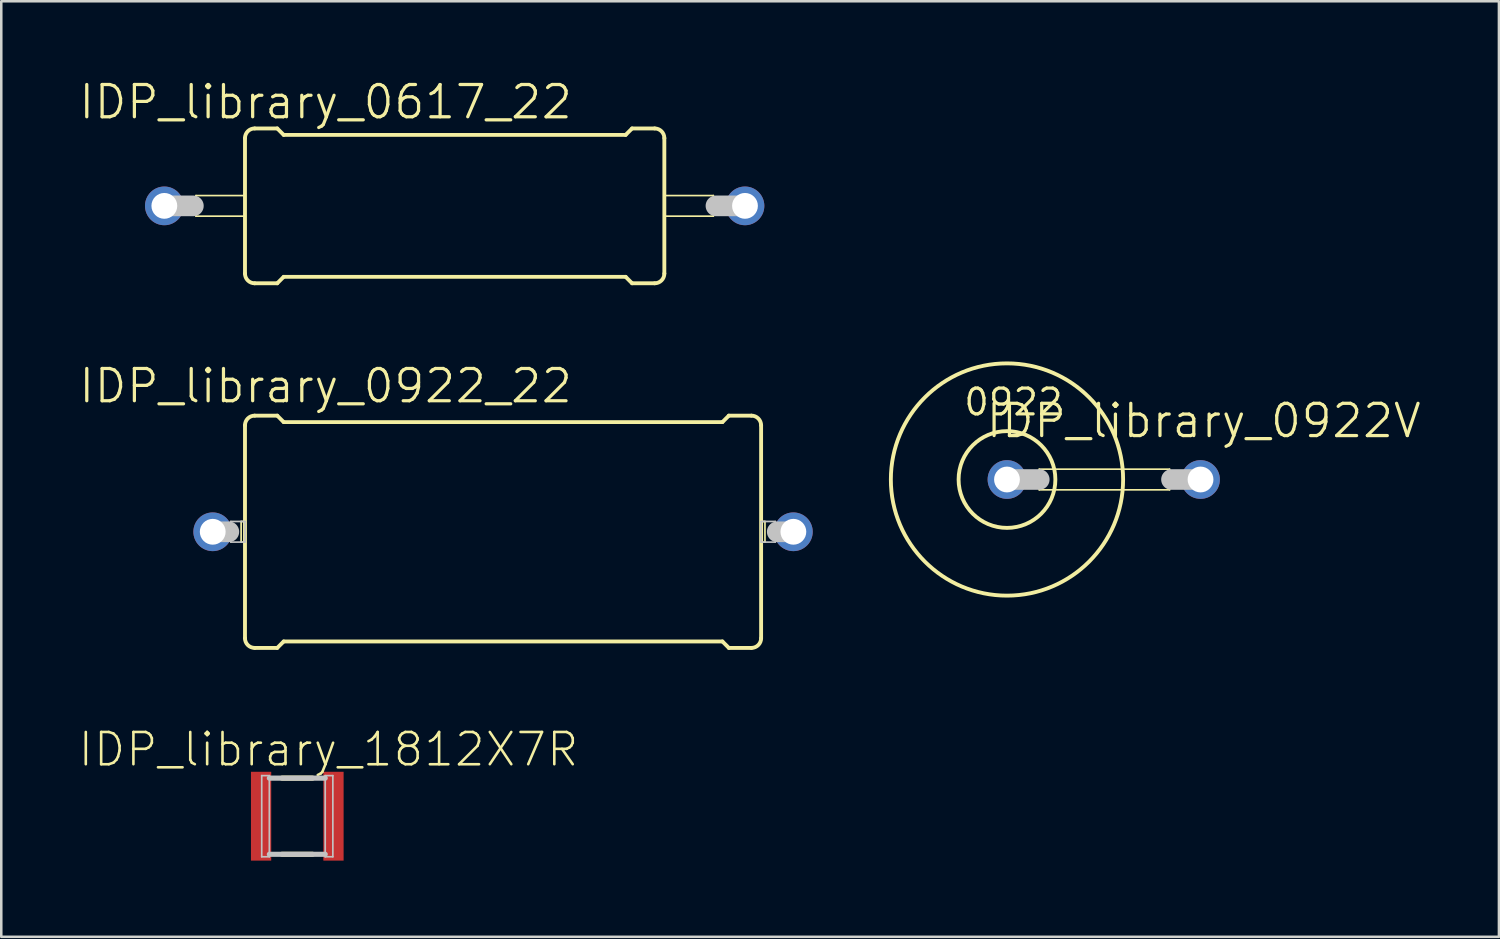
<source format=kicad_pcb>
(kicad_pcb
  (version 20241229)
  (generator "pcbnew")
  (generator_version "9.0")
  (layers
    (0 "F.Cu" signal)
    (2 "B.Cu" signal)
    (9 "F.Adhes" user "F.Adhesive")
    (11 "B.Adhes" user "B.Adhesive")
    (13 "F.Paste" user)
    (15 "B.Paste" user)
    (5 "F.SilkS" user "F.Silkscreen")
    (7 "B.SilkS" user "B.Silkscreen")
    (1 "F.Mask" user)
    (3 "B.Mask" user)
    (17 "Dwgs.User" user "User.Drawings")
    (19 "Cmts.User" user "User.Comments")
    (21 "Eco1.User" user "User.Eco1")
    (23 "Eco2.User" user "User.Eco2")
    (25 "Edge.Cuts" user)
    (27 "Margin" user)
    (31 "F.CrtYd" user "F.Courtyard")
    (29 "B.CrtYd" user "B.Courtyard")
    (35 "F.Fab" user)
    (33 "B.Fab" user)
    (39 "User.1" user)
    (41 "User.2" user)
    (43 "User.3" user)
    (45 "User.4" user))
  (footprint "IDP_library_0617_22"
    (layer "F.Cu")
    (at 14.85 5.055)
    (property "Reference" "IDP_library_0617_22" (at -5.08 -4.089 0) (layer "F.SilkS") (effects (font (size 1.27 1.27) (thickness 0.127))))
    (attr exclude_from_pos_files exclude_from_bom)
    (fp_line (start -10.185 -0.406) (end -8.255 -0.406) (stroke (width 0.066) (type solid)) (layer "F.SilkS"))
    (fp_line (start -10.185 0.406) (end -10.185 -0.406) (stroke (width 0.066) (type solid)) (layer "F.SilkS"))
    (fp_line (start -10.185 0.406) (end -8.255 0.406) (stroke (width 0.066) (type solid)) (layer "F.SilkS"))
    (fp_line (start -8.255 0.406) (end -8.255 -0.406) (stroke (width 0.066) (type solid)) (layer "F.SilkS"))
    (fp_line (start -8.255 2.667) (end -8.255 -2.667) (stroke (width 0.152) (type solid)) (layer "F.SilkS"))
    (fp_line (start -7.874 -3.048) (end -6.985 -3.048) (stroke (width 0.152) (type solid)) (layer "F.SilkS"))
    (fp_line (start -7.874 3.048) (end -6.985 3.048) (stroke (width 0.152) (type solid)) (layer "F.SilkS"))
    (fp_line (start -6.731 -2.794) (end -6.985 -3.048) (stroke (width 0.152) (type solid)) (layer "F.SilkS"))
    (fp_line (start -6.731 2.794) (end -6.985 3.048) (stroke (width 0.152) (type solid)) (layer "F.SilkS"))
    (fp_line (start 6.731 -2.794) (end -6.731 -2.794) (stroke (width 0.152) (type solid)) (layer "F.SilkS"))
    (fp_line (start 6.731 -2.794) (end 6.985 -3.048) (stroke (width 0.152) (type solid)) (layer "F.SilkS"))
    (fp_line (start 6.731 2.794) (end -6.731 2.794) (stroke (width 0.152) (type solid)) (layer "F.SilkS"))
    (fp_line (start 6.731 2.794) (end 6.985 3.048) (stroke (width 0.152) (type solid)) (layer "F.SilkS"))
    (fp_line (start 7.874 -3.048) (end 6.985 -3.048) (stroke (width 0.152) (type solid)) (layer "F.SilkS"))
    (fp_line (start 7.874 3.048) (end 6.985 3.048) (stroke (width 0.152) (type solid)) (layer "F.SilkS"))
    (fp_line (start 8.255 -0.406) (end 10.185 -0.406) (stroke (width 0.066) (type solid)) (layer "F.SilkS"))
    (fp_line (start 8.255 0.406) (end 8.255 -0.406) (stroke (width 0.066) (type solid)) (layer "F.SilkS"))
    (fp_line (start 8.255 0.406) (end 10.185 0.406) (stroke (width 0.066) (type solid)) (layer "F.SilkS"))
    (fp_line (start 8.255 2.667) (end 8.255 -2.667) (stroke (width 0.152) (type solid)) (layer "F.SilkS"))
    (fp_line (start 10.185 0.406) (end 10.185 -0.406) (stroke (width 0.066) (type solid)) (layer "F.SilkS"))
    (fp_arc (start -8.255 -2.667) (mid -8.143408 -2.936408) (end -7.874 -3.048) (stroke (width 0.1524) (type solid)) (layer "F.SilkS"))
    (fp_arc (start -7.874 3.048) (mid -8.143408 2.936408) (end -8.255 2.667) (stroke (width 0.1524) (type solid)) (layer "F.SilkS"))
    (fp_arc (start 7.874 -3.048) (mid 8.143408 -2.936408) (end 8.255 -2.667) (stroke (width 0.1524) (type solid)) (layer "F.SilkS"))
    (fp_arc (start 8.255 2.667) (mid 8.143408 2.936408) (end 7.874 3.048) (stroke (width 0.1524) (type solid)) (layer "F.SilkS"))
    (fp_line (start -10.287 0) (end -11.43 0) (stroke (width 0.813) (type solid)) (layer "Dwgs.User"))
    (fp_line (start 11.43 0) (end 10.287 0) (stroke (width 0.813) (type solid)) (layer "Dwgs.User"))
    (pad "1" thru_hole circle (at -11.43 0) (size 1.524 1.524) (drill 1.016) (layers "*.Cu" "*.Paste" "*.Mask"))
    (pad "2" thru_hole circle (at 11.43 0) (size 1.524 1.524) (drill 1.016) (layers "*.Cu" "*.Paste" "*.Mask")))
  (footprint "IDP_library_0922_22"
    (layer "F.Cu")
    (at 16.755 17.886)
    (property "Reference" "IDP_library_0922_22" (at -6.985 -5.74 0) (layer "F.SilkS") (effects (font (size 1.27 1.27) (thickness 0.127))))
    (attr exclude_from_pos_files exclude_from_bom)
    (fp_line (start -10.312 -0.406) (end -10.16 -0.406) (stroke (width 0.066) (type solid)) (layer "F.SilkS"))
    (fp_line (start -10.312 0.406) (end -10.312 -0.406) (stroke (width 0.066) (type solid)) (layer "F.SilkS"))
    (fp_line (start -10.312 0.406) (end -10.16 0.406) (stroke (width 0.066) (type solid)) (layer "F.SilkS"))
    (fp_line (start -10.16 0.406) (end -10.16 -0.406) (stroke (width 0.066) (type solid)) (layer "F.SilkS"))
    (fp_line (start -10.16 4.191) (end -10.16 -4.191) (stroke (width 0.152) (type solid)) (layer "F.SilkS"))
    (fp_line (start -9.779 -4.572) (end -8.89 -4.572) (stroke (width 0.152) (type solid)) (layer "F.SilkS"))
    (fp_line (start -9.779 4.572) (end -8.89 4.572) (stroke (width 0.152) (type solid)) (layer "F.SilkS"))
    (fp_line (start -8.636 -4.318) (end -8.89 -4.572) (stroke (width 0.152) (type solid)) (layer "F.SilkS"))
    (fp_line (start -8.636 4.318) (end -8.89 4.572) (stroke (width 0.152) (type solid)) (layer "F.SilkS"))
    (fp_line (start 8.636 -4.318) (end -8.636 -4.318) (stroke (width 0.152) (type solid)) (layer "F.SilkS"))
    (fp_line (start 8.636 -4.318) (end 8.89 -4.572) (stroke (width 0.152) (type solid)) (layer "F.SilkS"))
    (fp_line (start 8.636 4.318) (end -8.636 4.318) (stroke (width 0.152) (type solid)) (layer "F.SilkS"))
    (fp_line (start 8.636 4.318) (end 8.89 4.572) (stroke (width 0.152) (type solid)) (layer "F.SilkS"))
    (fp_line (start 9.779 -4.572) (end 8.89 -4.572) (stroke (width 0.152) (type solid)) (layer "F.SilkS"))
    (fp_line (start 9.779 4.572) (end 8.89 4.572) (stroke (width 0.152) (type solid)) (layer "F.SilkS"))
    (fp_line (start 10.16 -0.406) (end 10.312 -0.406) (stroke (width 0.066) (type solid)) (layer "F.SilkS"))
    (fp_line (start 10.16 0.406) (end 10.16 -0.406) (stroke (width 0.066) (type solid)) (layer "F.SilkS"))
    (fp_line (start 10.16 0.406) (end 10.312 0.406) (stroke (width 0.066) (type solid)) (layer "F.SilkS"))
    (fp_line (start 10.16 4.191) (end 10.16 -4.191) (stroke (width 0.152) (type solid)) (layer "F.SilkS"))
    (fp_line (start 10.312 0.406) (end 10.312 -0.406) (stroke (width 0.066) (type solid)) (layer "F.SilkS"))
    (fp_arc (start -10.16 -4.191) (mid -10.048408 -4.460408) (end -9.779 -4.572) (stroke (width 0.1524) (type solid)) (layer "F.SilkS"))
    (fp_arc (start -9.779 4.572) (mid -10.048408 4.460408) (end -10.16 4.191) (stroke (width 0.1524) (type solid)) (layer "F.SilkS"))
    (fp_arc (start 9.779 -4.572) (mid 10.048408 -4.460408) (end 10.16 -4.191) (stroke (width 0.1524) (type solid)) (layer "F.SilkS"))
    (fp_arc (start 10.16 4.191) (mid 10.048408 4.460408) (end 9.779 4.572) (stroke (width 0.1524) (type solid)) (layer "F.SilkS"))
    (fp_line (start -11.43 0) (end -10.795 0) (stroke (width 0.813) (type solid)) (layer "Dwgs.User"))
    (fp_line (start -10.719 -0.406) (end -10.16 -0.406) (stroke (width 0.066) (type solid)) (layer "Dwgs.User"))
    (fp_line (start -10.719 0.406) (end -10.719 -0.406) (stroke (width 0.066) (type solid)) (layer "Dwgs.User"))
    (fp_line (start -10.719 0.406) (end -10.16 0.406) (stroke (width 0.066) (type solid)) (layer "Dwgs.User"))
    (fp_line (start -10.16 0.406) (end -10.16 -0.406) (stroke (width 0.066) (type solid)) (layer "Dwgs.User"))
    (fp_line (start 10.16 -0.406) (end 10.719 -0.406) (stroke (width 0.066) (type solid)) (layer "Dwgs.User"))
    (fp_line (start 10.16 0.406) (end 10.16 -0.406) (stroke (width 0.066) (type solid)) (layer "Dwgs.User"))
    (fp_line (start 10.16 0.406) (end 10.719 0.406) (stroke (width 0.066) (type solid)) (layer "Dwgs.User"))
    (fp_line (start 10.719 0.406) (end 10.719 -0.406) (stroke (width 0.066) (type solid)) (layer "Dwgs.User"))
    (fp_line (start 11.43 0) (end 10.795 0) (stroke (width 0.813) (type solid)) (layer "Dwgs.User"))
    (pad "1" thru_hole circle (at -11.43 0) (size 1.524 1.524) (drill 1.016) (layers "*.Cu" "*.Paste" "*.Mask"))
    (pad "2" thru_hole circle (at 11.43 0) (size 1.524 1.524) (drill 1.016) (layers "*.Cu" "*.Paste" "*.Mask")))
  (footprint "IDP_library_0922V"
    (layer "F.Cu")
    (at 41.675 15.828)
    (property "Reference" "IDP_library_0922V" (at 2.667 -2.311 0) (layer "F.SilkS") (effects (font (size 1.27 1.27) (thickness 0.127))))
    (attr exclude_from_pos_files exclude_from_bom)
    (fp_line (start -3.81 -0.406) (end 1.321 -0.406) (stroke (width 0.066) (type solid)) (layer "F.SilkS"))
    (fp_line (start -3.81 0.406) (end -3.81 -0.406) (stroke (width 0.066) (type solid)) (layer "F.SilkS"))
    (fp_line (start -3.81 0.406) (end 1.321 0.406) (stroke (width 0.066) (type solid)) (layer "F.SilkS"))
    (fp_line (start 1.321 0.406) (end 1.321 -0.406) (stroke (width 0.066) (type solid)) (layer "F.SilkS"))
    (fp_circle (center -5.08 0) (end -5.08 -4.572) (stroke (width 0.152) (type solid)) (fill no) (layer "F.SilkS"))
    (fp_circle (center -5.08 0) (end -5.08 -1.905) (stroke (width 0.152) (type solid)) (fill no) (layer "F.SilkS"))
    (fp_line (start -5.08 0) (end -3.81 0) (stroke (width 0.813) (type solid)) (layer "Dwgs.User"))
    (fp_line (start 2.54 0) (end 1.397 0) (stroke (width 0.813) (type solid)) (layer "Dwgs.User"))
    (fp_text user "0922" (at -4.826 -3.048 0) (layer "F.SilkS") (effects (font (size 1.016 1.016) (thickness 0.127))))
    (pad "1" thru_hole circle (at -5.08 0) (size 1.524 1.524) (drill 1.016) (layers "*.Cu" "*.Paste" "*.Mask"))
    (pad "2" thru_hole circle (at 2.54 0) (size 1.524 1.524) (drill 1.016) (layers "*.Cu" "*.Paste" "*.Mask")))
  (footprint "IDP_library_1812X7R"
    (layer "F.Cu")
    (at 8.654 29.084)
    (property "Reference" "IDP_library_1812X7R" (at 1.229 -2.629 0) (layer "F.SilkS") (effects (font (size 1.27 1.27) (thickness 0.102))))
    (attr smd)
    (fp_line (start -0.599 -1.499) (end 0.599 -1.499) (stroke (width 0.203) (type solid)) (layer "F.SilkS"))
    (fp_line (start 0.599 1.499) (end -0.599 1.499) (stroke (width 0.203) (type solid)) (layer "F.SilkS"))
    (fp_line (start -1.4 -1.598) (end -1.1 -1.598) (stroke (width 0.066) (type solid)) (layer "Dwgs.User"))
    (fp_line (start -1.4 1.598) (end -1.4 -1.598) (stroke (width 0.066) (type solid)) (layer "Dwgs.User"))
    (fp_line (start -1.4 1.598) (end -1.1 1.598) (stroke (width 0.066) (type solid)) (layer "Dwgs.User"))
    (fp_line (start -1.1 -1.499) (end 1.1 -1.499) (stroke (width 0.203) (type solid)) (layer "Dwgs.User"))
    (fp_line (start -1.1 1.598) (end -1.1 -1.598) (stroke (width 0.066) (type solid)) (layer "Dwgs.User"))
    (fp_line (start 1.1 -1.598) (end 1.1 1.598) (stroke (width 0.066) (type solid)) (layer "Dwgs.User"))
    (fp_line (start 1.1 1.499) (end -1.1 1.499) (stroke (width 0.203) (type solid)) (layer "Dwgs.User"))
    (fp_line (start 1.4 -1.598) (end 1.1 -1.598) (stroke (width 0.066) (type solid)) (layer "Dwgs.User"))
    (fp_line (start 1.4 -1.598) (end 1.4 1.598) (stroke (width 0.066) (type solid)) (layer "Dwgs.User"))
    (fp_line (start 1.4 1.598) (end 1.1 1.598) (stroke (width 0.066) (type solid)) (layer "Dwgs.User"))
    (pad "1" smd rect (at -1.425 0) (size 0.798 3.498) (layers "F.Cu" "F.Mask" "F.Paste"))
    (pad "2" smd rect (at 1.425 0 180) (size 0.798 3.498) (layers "F.Cu" "F.Mask" "F.Paste")))
  (gr_rect
    (start -3 -3)
    (end 55.963 33.833)
    (stroke (width 0.1) (type default))
    (fill no)
    (layer "Edge.Cuts")))
</source>
